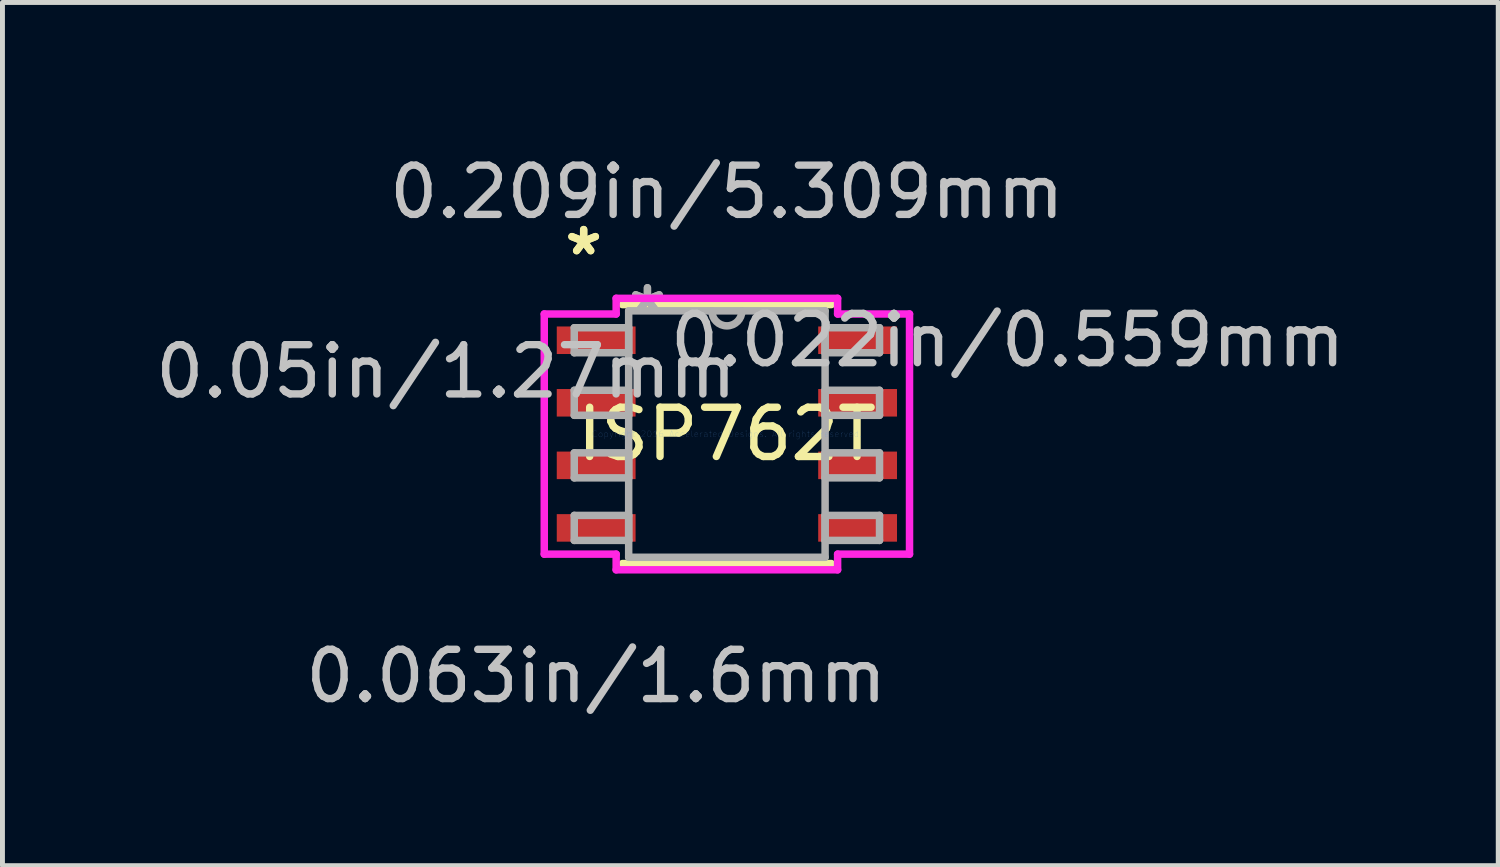
<source format=kicad_pcb>
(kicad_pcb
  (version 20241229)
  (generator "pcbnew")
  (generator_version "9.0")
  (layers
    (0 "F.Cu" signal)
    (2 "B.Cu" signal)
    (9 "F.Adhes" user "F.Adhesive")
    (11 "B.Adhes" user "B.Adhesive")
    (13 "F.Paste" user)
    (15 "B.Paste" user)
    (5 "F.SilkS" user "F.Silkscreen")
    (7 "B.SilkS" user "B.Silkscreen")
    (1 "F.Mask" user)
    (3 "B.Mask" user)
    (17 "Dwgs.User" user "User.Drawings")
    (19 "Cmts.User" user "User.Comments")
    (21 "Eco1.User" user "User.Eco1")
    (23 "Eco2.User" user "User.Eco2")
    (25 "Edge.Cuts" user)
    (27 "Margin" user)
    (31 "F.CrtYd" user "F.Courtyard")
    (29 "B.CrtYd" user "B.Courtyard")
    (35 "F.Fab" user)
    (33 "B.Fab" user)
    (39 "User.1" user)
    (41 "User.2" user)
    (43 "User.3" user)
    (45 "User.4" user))
  (footprint "ISP762T"
    (layer "F.Cu")
    (at 11.708 5.763)
    (property "Reference" "ISP762T" (at 0 0 0) (layer "F.SilkS") (effects (font (size 1 1) (thickness 0.15))))
    (attr through_hole)
    (fp_line (start -2.121 2.629) (end 2.121 2.629) (stroke (width 0.152) (type solid)) (layer "F.SilkS"))
    (fp_line (start 2.121 -2.629) (end -2.121 -2.629) (stroke (width 0.152) (type solid)) (layer "F.SilkS"))
    (fp_line (start -3.708 -2.438) (end -2.248 -2.438) (stroke (width 0.152) (type solid)) (layer "F.CrtYd"))
    (fp_line (start -3.708 2.438) (end -3.708 -2.438) (stroke (width 0.152) (type solid)) (layer "F.CrtYd"))
    (fp_line (start -2.248 -2.756) (end 2.248 -2.756) (stroke (width 0.152) (type solid)) (layer "F.CrtYd"))
    (fp_line (start -2.248 -2.438) (end -2.248 -2.756) (stroke (width 0.152) (type solid)) (layer "F.CrtYd"))
    (fp_line (start -2.248 2.438) (end -3.708 2.438) (stroke (width 0.152) (type solid)) (layer "F.CrtYd"))
    (fp_line (start -2.248 2.756) (end -2.248 2.438) (stroke (width 0.152) (type solid)) (layer "F.CrtYd"))
    (fp_line (start 2.248 -2.756) (end 2.248 -2.438) (stroke (width 0.152) (type solid)) (layer "F.CrtYd"))
    (fp_line (start 2.248 -2.438) (end 3.708 -2.438) (stroke (width 0.152) (type solid)) (layer "F.CrtYd"))
    (fp_line (start 2.248 2.438) (end 2.248 2.756) (stroke (width 0.152) (type solid)) (layer "F.CrtYd"))
    (fp_line (start 2.248 2.756) (end -2.248 2.756) (stroke (width 0.152) (type solid)) (layer "F.CrtYd"))
    (fp_line (start 3.708 -2.438) (end 3.708 2.438) (stroke (width 0.152) (type solid)) (layer "F.CrtYd"))
    (fp_line (start 3.708 2.438) (end 2.248 2.438) (stroke (width 0.152) (type solid)) (layer "F.CrtYd"))
    (fp_line (start -3.099 -2.159) (end -3.099 -1.651) (stroke (width 0.152) (type solid)) (layer "F.Fab"))
    (fp_line (start -3.099 -1.651) (end -1.994 -1.651) (stroke (width 0.152) (type solid)) (layer "F.Fab"))
    (fp_line (start -3.099 -0.889) (end -3.099 -0.381) (stroke (width 0.152) (type solid)) (layer "F.Fab"))
    (fp_line (start -3.099 -0.381) (end -1.994 -0.381) (stroke (width 0.152) (type solid)) (layer "F.Fab"))
    (fp_line (start -3.099 0.381) (end -3.099 0.889) (stroke (width 0.152) (type solid)) (layer "F.Fab"))
    (fp_line (start -3.099 0.889) (end -1.994 0.889) (stroke (width 0.152) (type solid)) (layer "F.Fab"))
    (fp_line (start -3.099 1.651) (end -3.099 2.159) (stroke (width 0.152) (type solid)) (layer "F.Fab"))
    (fp_line (start -3.099 2.159) (end -1.994 2.159) (stroke (width 0.152) (type solid)) (layer "F.Fab"))
    (fp_line (start -1.994 -2.502) (end -1.994 2.502) (stroke (width 0.152) (type solid)) (layer "F.Fab"))
    (fp_line (start -1.994 -2.159) (end -3.099 -2.159) (stroke (width 0.152) (type solid)) (layer "F.Fab"))
    (fp_line (start -1.994 -1.651) (end -1.994 -2.159) (stroke (width 0.152) (type solid)) (layer "F.Fab"))
    (fp_line (start -1.994 -0.889) (end -3.099 -0.889) (stroke (width 0.152) (type solid)) (layer "F.Fab"))
    (fp_line (start -1.994 -0.381) (end -1.994 -0.889) (stroke (width 0.152) (type solid)) (layer "F.Fab"))
    (fp_line (start -1.994 0.381) (end -3.099 0.381) (stroke (width 0.152) (type solid)) (layer "F.Fab"))
    (fp_line (start -1.994 0.889) (end -1.994 0.381) (stroke (width 0.152) (type solid)) (layer "F.Fab"))
    (fp_line (start -1.994 1.651) (end -3.099 1.651) (stroke (width 0.152) (type solid)) (layer "F.Fab"))
    (fp_line (start -1.994 2.159) (end -1.994 1.651) (stroke (width 0.152) (type solid)) (layer "F.Fab"))
    (fp_line (start -1.994 2.502) (end 1.994 2.502) (stroke (width 0.152) (type solid)) (layer "F.Fab"))
    (fp_line (start 1.994 -2.502) (end -1.994 -2.502) (stroke (width 0.152) (type solid)) (layer "F.Fab"))
    (fp_line (start 1.994 -2.159) (end 1.994 -1.651) (stroke (width 0.152) (type solid)) (layer "F.Fab"))
    (fp_line (start 1.994 -1.651) (end 3.099 -1.651) (stroke (width 0.152) (type solid)) (layer "F.Fab"))
    (fp_line (start 1.994 -0.889) (end 1.994 -0.381) (stroke (width 0.152) (type solid)) (layer "F.Fab"))
    (fp_line (start 1.994 -0.381) (end 3.099 -0.381) (stroke (width 0.152) (type solid)) (layer "F.Fab"))
    (fp_line (start 1.994 0.381) (end 1.994 0.889) (stroke (width 0.152) (type solid)) (layer "F.Fab"))
    (fp_line (start 1.994 0.889) (end 3.099 0.889) (stroke (width 0.152) (type solid)) (layer "F.Fab"))
    (fp_line (start 1.994 1.651) (end 1.994 2.159) (stroke (width 0.152) (type solid)) (layer "F.Fab"))
    (fp_line (start 1.994 2.159) (end 3.099 2.159) (stroke (width 0.152) (type solid)) (layer "F.Fab"))
    (fp_line (start 1.994 2.502) (end 1.994 -2.502) (stroke (width 0.152) (type solid)) (layer "F.Fab"))
    (fp_line (start 3.099 -2.159) (end 1.994 -2.159) (stroke (width 0.152) (type solid)) (layer "F.Fab"))
    (fp_line (start 3.099 -1.651) (end 3.099 -2.159) (stroke (width 0.152) (type solid)) (layer "F.Fab"))
    (fp_line (start 3.099 -0.889) (end 1.994 -0.889) (stroke (width 0.152) (type solid)) (layer "F.Fab"))
    (fp_line (start 3.099 -0.381) (end 3.099 -0.889) (stroke (width 0.152) (type solid)) (layer "F.Fab"))
    (fp_line (start 3.099 0.381) (end 1.994 0.381) (stroke (width 0.152) (type solid)) (layer "F.Fab"))
    (fp_line (start 3.099 0.889) (end 3.099 0.381) (stroke (width 0.152) (type solid)) (layer "F.Fab"))
    (fp_line (start 3.099 1.651) (end 1.994 1.651) (stroke (width 0.152) (type solid)) (layer "F.Fab"))
    (fp_line (start 3.099 2.159) (end 3.099 1.651) (stroke (width 0.152) (type solid)) (layer "F.Fab"))
    (fp_arc (start 0.3048 -2.5019) (mid 0 -2.1971) (end -0.3048 -2.5019) (stroke (width 0.1524) (type solid)) (layer "F.Fab"))
    (fp_text user "*" (at -2.908 -3.607 0) (layer "F.SilkS") (effects (font (size 1 1) (thickness 0.15))))
    (fp_text user "*" (at -2.908 -3.607 0) (layer "F.SilkS") (effects (font (size 1 1) (thickness 0.15))))
    (fp_text user "0.022in/0.559mm" (at 5.702 -1.905 0) (layer "Dwgs.User") (effects (font (size 1 1) (thickness 0.15))))
    (fp_text user "0.05in/1.27mm" (at -5.702 -1.27 0) (layer "Dwgs.User") (effects (font (size 1 1) (thickness 0.15))))
    (fp_text user "0.209in/5.309mm" (at 0 -4.915 0) (layer "Dwgs.User") (effects (font (size 1 1) (thickness 0.15))))
    (fp_text user "0.063in/1.6mm" (at -2.654 4.915 0) (layer "Dwgs.User") (effects (font (size 1 1) (thickness 0.15))))
    (fp_text user "Copyright 2016 Accelerated Designs. All rights reserved." (at 0 0 0) (layer "Cmts.User") (effects (font (size 0.127 0.127) (thickness 0.002))))
    (fp_text user "*" (at -1.613 -2.426 0) (layer "F.Fab") (effects (font (size 1 1) (thickness 0.15))))
    (fp_text user "*" (at -1.613 -2.426 0) (layer "F.Fab") (effects (font (size 1 1) (thickness 0.15))))
    (pad "1" smd rect (at -2.654 -1.905) (size 1.6 0.559) (layers "F.Cu" "F.Mask" "F.Paste"))
    (pad "2" smd rect (at -2.654 -0.635) (size 1.6 0.559) (layers "F.Cu" "F.Mask" "F.Paste"))
    (pad "3" smd rect (at -2.654 0.635) (size 1.6 0.559) (layers "F.Cu" "F.Mask" "F.Paste"))
    (pad "4" smd rect (at -2.654 1.905) (size 1.6 0.559) (layers "F.Cu" "F.Mask" "F.Paste"))
    (pad "5" smd rect (at 2.654 1.905) (size 1.6 0.559) (layers "F.Cu" "F.Mask" "F.Paste"))
    (pad "6" smd rect (at 2.654 0.635) (size 1.6 0.559) (layers "F.Cu" "F.Mask" "F.Paste"))
    (pad "7" smd rect (at 2.654 -0.635) (size 1.6 0.559) (layers "F.Cu" "F.Mask" "F.Paste"))
    (pad "8" smd rect (at 2.654 -1.905) (size 1.6 0.559) (layers "F.Cu" "F.Mask" "F.Paste")))
  (gr_rect
    (start -3 -3)
    (end 27.369 14.526)
    (stroke (width 0.1) (type default))
    (fill no)
    (layer "Edge.Cuts")))
</source>
